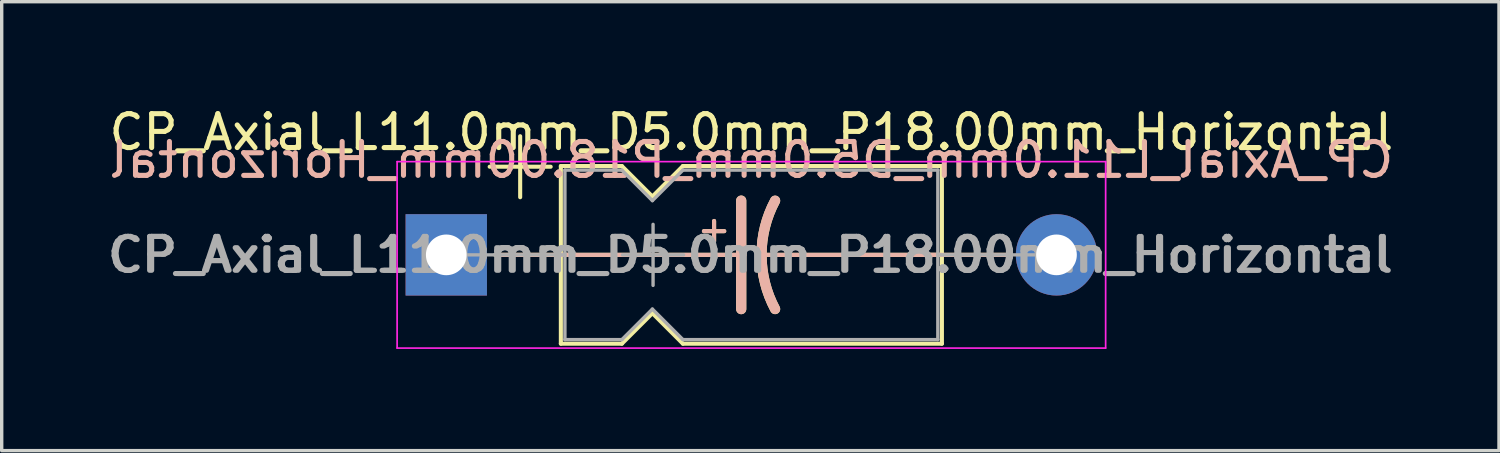
<source format=kicad_pcb>
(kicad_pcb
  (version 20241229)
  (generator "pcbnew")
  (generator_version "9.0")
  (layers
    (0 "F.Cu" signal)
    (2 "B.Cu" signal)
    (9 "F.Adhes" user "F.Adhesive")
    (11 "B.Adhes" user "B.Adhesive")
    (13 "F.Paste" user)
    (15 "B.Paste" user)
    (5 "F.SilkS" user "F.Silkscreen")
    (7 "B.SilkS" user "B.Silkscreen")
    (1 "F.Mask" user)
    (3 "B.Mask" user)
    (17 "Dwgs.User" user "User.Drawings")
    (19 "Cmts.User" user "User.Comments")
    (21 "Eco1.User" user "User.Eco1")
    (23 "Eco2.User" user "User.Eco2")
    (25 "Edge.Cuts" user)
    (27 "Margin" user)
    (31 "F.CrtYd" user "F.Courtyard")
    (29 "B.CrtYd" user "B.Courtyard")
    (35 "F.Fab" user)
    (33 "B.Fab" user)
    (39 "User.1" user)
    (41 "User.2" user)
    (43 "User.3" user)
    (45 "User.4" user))
  (footprint "CP_Axial_L11.0mm_D5.0mm_P18.00mm_Horizontal"
    (layer "F.Cu")
    (at 10.114 4.468)
    (property "Reference" "CP_Axial_L11.0mm_D5.0mm_P18.00mm_Horizontal" (at 9 -3.62 0) (layer "F.SilkS") (effects (font (size 1 1) (thickness 0.15))))
    (fp_line (start 1.28 -2.6) (end 3.08 -2.6) (stroke (width 0.12) (type solid)) (layer "F.SilkS"))
    (fp_line (start 1.44 0) (end 3.38 0) (stroke (width 0.12) (type solid)) (layer "F.SilkS"))
    (fp_line (start 2.18 -3.5) (end 2.18 -1.7) (stroke (width 0.12) (type solid)) (layer "F.SilkS"))
    (fp_line (start 3.38 -2.62) (end 3.38 2.62) (stroke (width 0.12) (type solid)) (layer "F.SilkS"))
    (fp_line (start 3.38 -2.62) (end 5.18 -2.62) (stroke (width 0.12) (type solid)) (layer "F.SilkS"))
    (fp_line (start 3.38 0) (end 8.7 0) (stroke (width 0.12) (type solid)) (layer "F.SilkS"))
    (fp_line (start 3.38 2.62) (end 5.18 2.62) (stroke (width 0.12) (type solid)) (layer "F.SilkS"))
    (fp_line (start 5.18 -2.62) (end 6.08 -1.72) (stroke (width 0.12) (type solid)) (layer "F.SilkS"))
    (fp_line (start 5.18 2.62) (end 6.08 1.72) (stroke (width 0.12) (type solid)) (layer "F.SilkS"))
    (fp_line (start 6.08 -1.72) (end 6.98 -2.62) (stroke (width 0.12) (type solid)) (layer "F.SilkS"))
    (fp_line (start 6.08 1.72) (end 6.98 2.62) (stroke (width 0.12) (type solid)) (layer "F.SilkS"))
    (fp_line (start 6.98 -2.62) (end 14.62 -2.62) (stroke (width 0.12) (type solid)) (layer "F.SilkS"))
    (fp_line (start 6.98 2.62) (end 14.62 2.62) (stroke (width 0.12) (type solid)) (layer "F.SilkS"))
    (fp_line (start 7.6 -0.7) (end 8.2 -0.7) (stroke (width 0.12) (type solid)) (layer "F.SilkS"))
    (fp_line (start 7.9 -1) (end 7.9 -0.4) (stroke (width 0.12) (type solid)) (layer "F.SilkS"))
    (fp_line (start 8.7 0) (end 8.7 -1.6) (stroke (width 0.3) (type solid)) (layer "F.SilkS"))
    (fp_line (start 8.7 0) (end 8.7 1.6) (stroke (width 0.3) (type solid)) (layer "F.SilkS"))
    (fp_line (start 14.62 -2.62) (end 14.62 2.62) (stroke (width 0.12) (type solid)) (layer "F.SilkS"))
    (fp_line (start 14.62 0) (end 9.3 0) (stroke (width 0.12) (type solid)) (layer "F.SilkS"))
    (fp_line (start 16.56 0) (end 14.62 0) (stroke (width 0.12) (type solid)) (layer "F.SilkS"))
    (fp_arc (start 9.3 0) (mid 9.401652 -0.822725) (end 9.7 -1.596157) (stroke (width 0.3) (type solid)) (layer "F.SilkS"))
    (fp_arc (start 9.7 1.6) (mid 9.400518 0.82487) (end 9.3 0) (stroke (width 0.3) (type solid)) (layer "F.SilkS"))
    (fp_line (start 1.45 0) (end 3.83 0) (stroke (width 0.12) (type solid)) (layer "B.SilkS"))
    (fp_line (start 3.36 0) (end 8.7 0) (stroke (width 0.12) (type solid)) (layer "B.SilkS"))
    (fp_line (start 7.6 -0.7) (end 8.2 -0.7) (stroke (width 0.12) (type solid)) (layer "B.SilkS"))
    (fp_line (start 7.9 -0.4) (end 7.9 -1) (stroke (width 0.12) (type solid)) (layer "B.SilkS"))
    (fp_line (start 8.7 0) (end 8.7 -1.6) (stroke (width 0.3) (type solid)) (layer "B.SilkS"))
    (fp_line (start 8.7 0) (end 8.7 1.6) (stroke (width 0.3) (type solid)) (layer "B.SilkS"))
    (fp_line (start 14.6 0) (end 9.3 0) (stroke (width 0.12) (type solid)) (layer "B.SilkS"))
    (fp_line (start 16.55 0) (end 14.07 0) (stroke (width 0.12) (type solid)) (layer "B.SilkS"))
    (fp_arc (start 9.3 0) (mid 9.400512 -0.824873) (end 9.7 -1.6) (stroke (width 0.3) (type solid)) (layer "B.SilkS"))
    (fp_arc (start 9.7 1.596157) (mid 9.401652 0.822725) (end 9.3 0) (stroke (width 0.3) (type solid)) (layer "B.SilkS"))
    (fp_line (start -1.45 -2.75) (end -1.45 2.75) (stroke (width 0.05) (type solid)) (layer "F.CrtYd"))
    (fp_line (start -1.45 2.75) (end 19.45 2.75) (stroke (width 0.05) (type solid)) (layer "F.CrtYd"))
    (fp_line (start 19.45 -2.75) (end -1.45 -2.75) (stroke (width 0.05) (type solid)) (layer "F.CrtYd"))
    (fp_line (start 19.45 2.75) (end 19.45 -2.75) (stroke (width 0.05) (type solid)) (layer "F.CrtYd"))
    (fp_line (start 0 0) (end 3.5 0) (stroke (width 0.1) (type solid)) (layer "F.Fab"))
    (fp_line (start 3.5 -2.5) (end 3.5 2.5) (stroke (width 0.1) (type solid)) (layer "F.Fab"))
    (fp_line (start 3.5 -2.5) (end 5.18 -2.5) (stroke (width 0.1) (type solid)) (layer "F.Fab"))
    (fp_line (start 3.5 2.5) (end 5.18 2.5) (stroke (width 0.1) (type solid)) (layer "F.Fab"))
    (fp_line (start 5.18 -2.5) (end 6.08 -1.6) (stroke (width 0.1) (type solid)) (layer "F.Fab"))
    (fp_line (start 5.18 2.5) (end 6.08 1.6) (stroke (width 0.1) (type solid)) (layer "F.Fab"))
    (fp_line (start 5.2 0) (end 7 0) (stroke (width 0.1) (type solid)) (layer "F.Fab"))
    (fp_line (start 6.08 -1.6) (end 6.98 -2.5) (stroke (width 0.1) (type solid)) (layer "F.Fab"))
    (fp_line (start 6.08 1.6) (end 6.98 2.5) (stroke (width 0.1) (type solid)) (layer "F.Fab"))
    (fp_line (start 6.1 -0.9) (end 6.1 0.9) (stroke (width 0.1) (type solid)) (layer "F.Fab"))
    (fp_line (start 6.98 -2.5) (end 14.5 -2.5) (stroke (width 0.1) (type solid)) (layer "F.Fab"))
    (fp_line (start 6.98 2.5) (end 14.5 2.5) (stroke (width 0.1) (type solid)) (layer "F.Fab"))
    (fp_line (start 14.5 -2.5) (end 14.5 2.5) (stroke (width 0.1) (type solid)) (layer "F.Fab"))
    (fp_line (start 18 0) (end 14.5 0) (stroke (width 0.1) (type solid)) (layer "F.Fab"))
    (fp_text user "${REFERENCE}" (at 9 -2.8 0) (layer "B.SilkS") (effects (font (size 1 1) (thickness 0.15)) (justify mirror)))
    (fp_text user "${REFERENCE}" (at 9 0 0) (layer "F.Fab") (effects (font (size 1 1) (thickness 0.15))))
    (fp_text user "${REFERENCE}" (at 8.94 0 0) (layer "F.Fab") (effects (font (size 1 1) (thickness 0.15))))
    (pad "1" thru_hole rect (at 0 0) (size 2.4 2.4) (drill 1.2) (layers "*.Cu" "*.Mask"))
    (pad "2" thru_hole oval (at 18 0) (size 2.4 2.4) (drill 1.2) (layers "*.Cu" "*.Mask")))
  (gr_rect
    (start -3 -3)
    (end 41.167 10.243)
    (stroke (width 0.1) (type default))
    (fill no)
    (layer "Edge.Cuts")))
</source>
